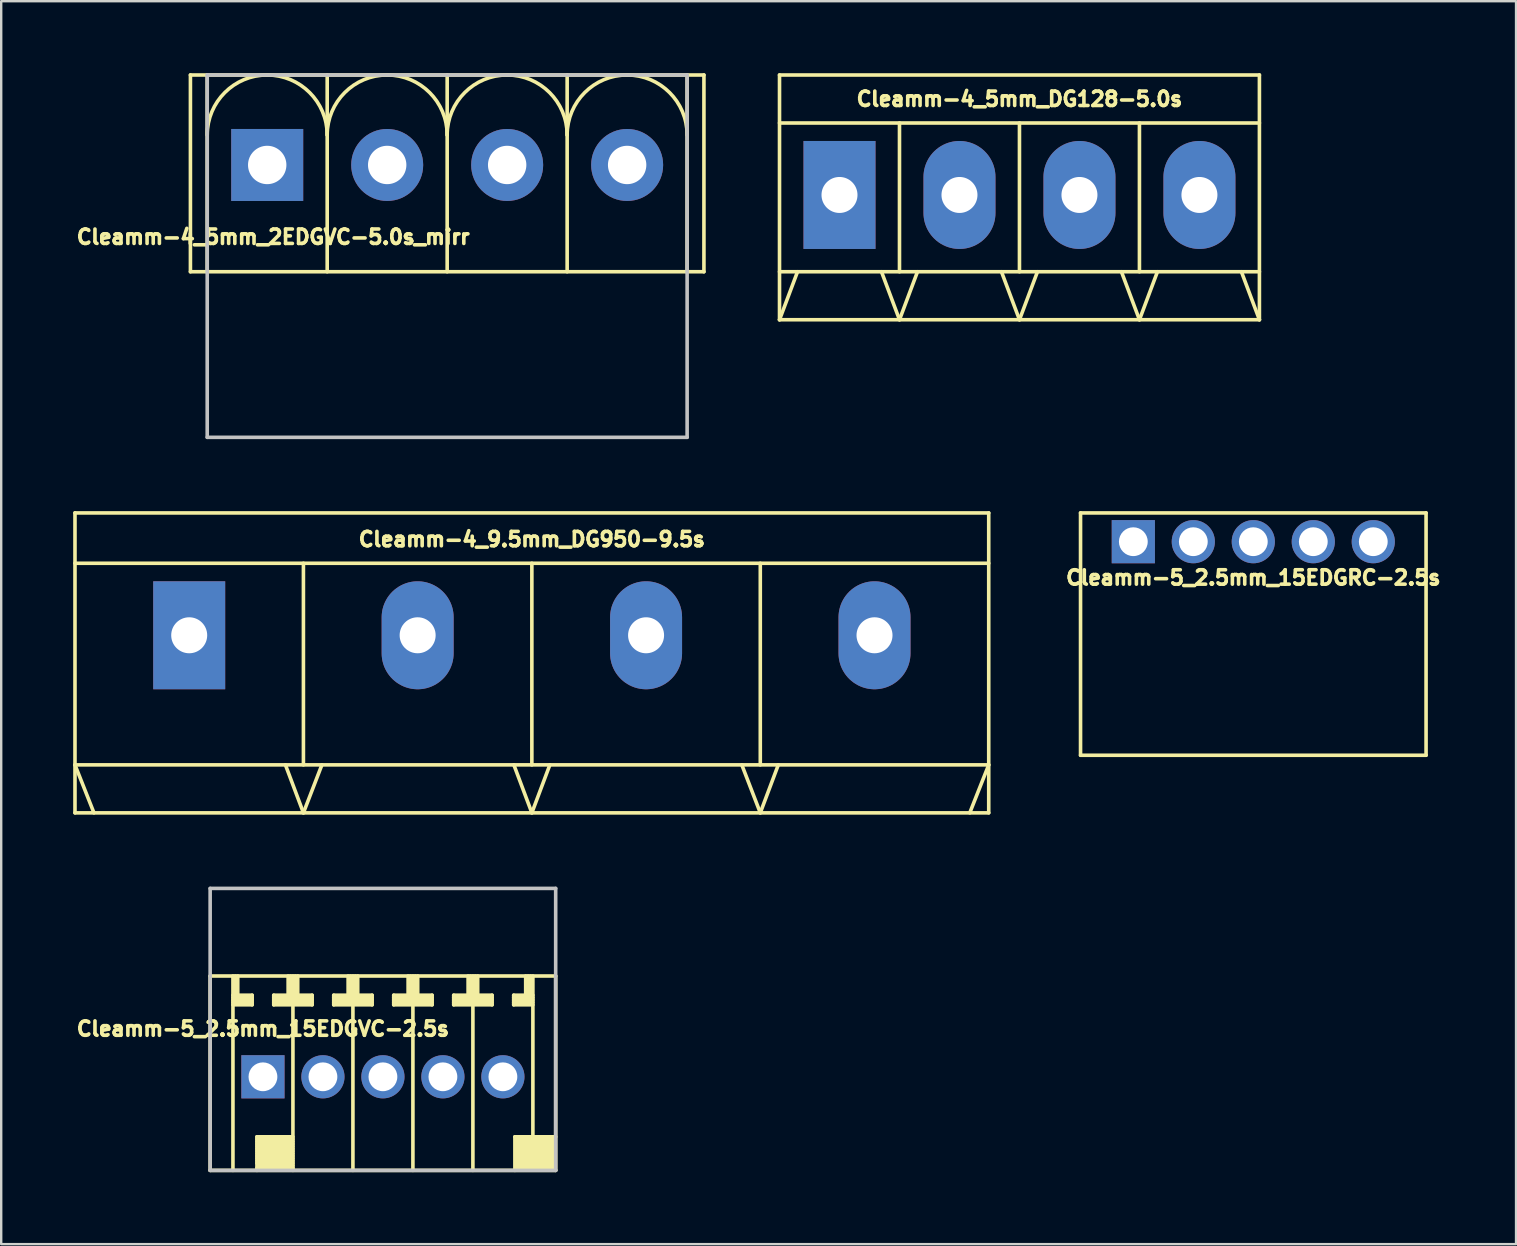
<source format=kicad_pcb>
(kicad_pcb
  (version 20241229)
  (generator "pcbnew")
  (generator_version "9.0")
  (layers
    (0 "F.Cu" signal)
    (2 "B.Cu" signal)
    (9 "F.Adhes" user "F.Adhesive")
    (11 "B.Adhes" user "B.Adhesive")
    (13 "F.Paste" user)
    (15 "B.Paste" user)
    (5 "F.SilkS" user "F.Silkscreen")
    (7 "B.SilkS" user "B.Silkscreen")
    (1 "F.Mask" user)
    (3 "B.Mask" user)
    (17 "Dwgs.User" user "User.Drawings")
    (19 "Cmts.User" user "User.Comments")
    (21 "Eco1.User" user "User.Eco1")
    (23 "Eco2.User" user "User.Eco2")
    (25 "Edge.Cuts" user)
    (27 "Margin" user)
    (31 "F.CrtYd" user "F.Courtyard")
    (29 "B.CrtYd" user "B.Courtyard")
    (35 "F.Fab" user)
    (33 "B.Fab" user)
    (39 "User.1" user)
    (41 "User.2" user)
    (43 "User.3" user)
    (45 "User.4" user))
  (footprint "Cleamm-4_5mm_DG128-5.0s"
    (layer "F.Cu")
    (at 39.436 5.075)
    (property "Reference" "Cleamm-4_5mm_DG128-5.0s" (at 0 -4 0) (layer "F.SilkS") (effects (font (size 0.6 0.6) (thickness 0.15))))
    (attr through_hole)
    (fp_line (start -10 -5) (end -10 5.2) (stroke (width 0.15) (type solid)) (layer "F.SilkS"))
    (fp_line (start -10 -5) (end 10 -5) (stroke (width 0.15) (type solid)) (layer "F.SilkS"))
    (fp_line (start -10 5.2) (end -9.25 3.2) (stroke (width 0.15) (type solid)) (layer "F.SilkS"))
    (fp_line (start -10 5.2) (end 10 5.2) (stroke (width 0.15) (type solid)) (layer "F.SilkS"))
    (fp_line (start -5 3.2) (end -5 -3) (stroke (width 0.15) (type solid)) (layer "F.SilkS"))
    (fp_line (start -5 5.2) (end -5.75 3.2) (stroke (width 0.15) (type solid)) (layer "F.SilkS"))
    (fp_line (start -5 5.2) (end -4.25 3.2) (stroke (width 0.15) (type solid)) (layer "F.SilkS"))
    (fp_line (start 0 3.2) (end 0 -3) (stroke (width 0.15) (type solid)) (layer "F.SilkS"))
    (fp_line (start 0 5.2) (end -0.75 3.2) (stroke (width 0.15) (type solid)) (layer "F.SilkS"))
    (fp_line (start 0 5.2) (end 0.75 3.2) (stroke (width 0.15) (type solid)) (layer "F.SilkS"))
    (fp_line (start 5 3.2) (end 5 -3) (stroke (width 0.15) (type solid)) (layer "F.SilkS"))
    (fp_line (start 5 5.2) (end 4.25 3.2) (stroke (width 0.15) (type solid)) (layer "F.SilkS"))
    (fp_line (start 5 5.2) (end 5.75 3.2) (stroke (width 0.15) (type solid)) (layer "F.SilkS"))
    (fp_line (start 10 -5) (end 10 5.2) (stroke (width 0.15) (type solid)) (layer "F.SilkS"))
    (fp_line (start 10 -3) (end -10 -3) (stroke (width 0.15) (type solid)) (layer "F.SilkS"))
    (fp_line (start 10 3.2) (end -10 3.2) (stroke (width 0.15) (type solid)) (layer "F.SilkS"))
    (fp_line (start 10 5.2) (end 9.25 3.2) (stroke (width 0.15) (type solid)) (layer "F.SilkS"))
    (pad "1" thru_hole rect (at -7.5 0) (size 3 4.5) (drill 1.5) (layers "*.Cu" "*.Mask"))
    (pad "2" thru_hole oval (at -2.5 0) (size 3 4.5) (drill 1.5) (layers "*.Cu" "*.Mask"))
    (pad "3" thru_hole oval (at 2.5 0) (size 3 4.5) (drill 1.5) (layers "*.Cu" "*.Mask"))
    (pad "4" thru_hole oval (at 7.5 0) (size 3 4.5) (drill 1.5) (layers "*.Cu" "*.Mask")))
  (footprint "Cleamm-4_9.5mm_DG950-9.5s"
    (layer "F.Cu")
    (at 19.115 23.425)
    (property "Reference" "Cleamm-4_9.5mm_DG950-9.5s" (at 0 -4 0) (layer "F.SilkS") (effects (font (size 0.6 0.6) (thickness 0.15))))
    (attr through_hole)
    (fp_line (start -19.04 -5.1) (end -19.04 7.4) (stroke (width 0.15) (type solid)) (layer "F.SilkS"))
    (fp_line (start -19.04 -5.1) (end 19.04 -5.1) (stroke (width 0.15) (type solid)) (layer "F.SilkS"))
    (fp_line (start -19.04 7.4) (end 19.04 7.4) (stroke (width 0.15) (type solid)) (layer "F.SilkS"))
    (fp_line (start -18.25 7.4) (end -19.04 5.4) (stroke (width 0.15) (type solid)) (layer "F.SilkS"))
    (fp_line (start -9.52 5.4) (end -9.52 -3) (stroke (width 0.15) (type solid)) (layer "F.SilkS"))
    (fp_line (start -9.52 7.4) (end -10.27 5.4) (stroke (width 0.15) (type solid)) (layer "F.SilkS"))
    (fp_line (start -9.52 7.4) (end -8.75 5.4) (stroke (width 0.15) (type solid)) (layer "F.SilkS"))
    (fp_line (start 0 5.4) (end 0 -3) (stroke (width 0.15) (type solid)) (layer "F.SilkS"))
    (fp_line (start 0 7.4) (end -0.75 5.4) (stroke (width 0.15) (type solid)) (layer "F.SilkS"))
    (fp_line (start 0 7.4) (end 0.75 5.4) (stroke (width 0.15) (type solid)) (layer "F.SilkS"))
    (fp_line (start 9.52 5.4) (end 9.52 -3) (stroke (width 0.15) (type solid)) (layer "F.SilkS"))
    (fp_line (start 9.52 7.4) (end 8.75 5.4) (stroke (width 0.15) (type solid)) (layer "F.SilkS"))
    (fp_line (start 9.52 7.4) (end 10.27 5.4) (stroke (width 0.15) (type solid)) (layer "F.SilkS"))
    (fp_line (start 18.25 7.4) (end 19.04 5.4) (stroke (width 0.15) (type solid)) (layer "F.SilkS"))
    (fp_line (start 19.04 -5.1) (end 19.04 7.4) (stroke (width 0.15) (type solid)) (layer "F.SilkS"))
    (fp_line (start 19.04 -3) (end -19.04 -3) (stroke (width 0.15) (type solid)) (layer "F.SilkS"))
    (fp_line (start 19.04 5.4) (end -19.04 5.4) (stroke (width 0.15) (type solid)) (layer "F.SilkS"))
    (pad "1" thru_hole rect (at -14.28 0) (size 3 4.5) (drill 1.5) (layers "*.Cu" "*.Mask"))
    (pad "2" thru_hole oval (at -4.76 0) (size 3 4.5) (drill 1.5) (layers "*.Cu" "*.Mask"))
    (pad "3" thru_hole oval (at 4.76 0) (size 3 4.5) (drill 1.5) (layers "*.Cu" "*.Mask"))
    (pad "4" thru_hole oval (at 14.28 0) (size 3 4.5) (drill 1.5) (layers "*.Cu" "*.Mask")))
  (footprint "Cleamm-4_5mm_2EDGVC-5.0s_mirr"
    (layer "F.Cu")
    (at 15.586 3.825)
    (property "Reference" "Cleamm-4_5mm_2EDGVC-5.0s_mirr" (at -7.25 3 0) (layer "F.SilkS") (effects (font (size 0.6 0.6) (thickness 0.15))))
    (attr through_hole)
    (fp_line (start -10.7 -3.75) (end -10.7 4.45) (stroke (width 0.15) (type solid)) (layer "F.SilkS"))
    (fp_line (start -10 -3.75) (end -10 4.45) (stroke (width 0.15) (type solid)) (layer "F.SilkS"))
    (fp_line (start -5 -3.75) (end -5 4.45) (stroke (width 0.15) (type solid)) (layer "F.SilkS"))
    (fp_line (start 0 4.45) (end 0 -3.75) (stroke (width 0.15) (type solid)) (layer "F.SilkS"))
    (fp_line (start 5 -3.75) (end 5 4.45) (stroke (width 0.15) (type solid)) (layer "F.SilkS"))
    (fp_line (start 10 4.45) (end 10 -3.75) (stroke (width 0.15) (type solid)) (layer "F.SilkS"))
    (fp_line (start 10.7 -3.75) (end -10.7 -3.75) (stroke (width 0.15) (type solid)) (layer "F.SilkS"))
    (fp_line (start 10.7 -3.75) (end 10.7 4.45) (stroke (width 0.15) (type solid)) (layer "F.SilkS"))
    (fp_line (start 10.7 4.45) (end -10.7 4.45) (stroke (width 0.15) (type solid)) (layer "F.SilkS"))
    (fp_arc (start -10 -1.25) (mid -7.5 -3.75) (end -5 -1.25) (stroke (width 0.15) (type solid)) (layer "F.SilkS"))
    (fp_arc (start -5 -1.25) (mid -2.5 -3.75) (end 0 -1.25) (stroke (width 0.15) (type solid)) (layer "F.SilkS"))
    (fp_arc (start 0 -1.25) (mid 2.5 -3.75) (end 5 -1.25) (stroke (width 0.15) (type solid)) (layer "F.SilkS"))
    (fp_arc (start 5 -1.25) (mid 7.5 -3.75) (end 10 -1.25) (stroke (width 0.15) (type solid)) (layer "F.SilkS"))
    (fp_line (start -10 -3.75) (end -10 11.35) (stroke (width 0.15) (type solid)) (layer "Dwgs.User"))
    (fp_line (start -10 -3.75) (end 10 -3.75) (stroke (width 0.15) (type solid)) (layer "Dwgs.User"))
    (fp_line (start 10 11.35) (end -10 11.35) (stroke (width 0.15) (type solid)) (layer "Dwgs.User"))
    (fp_line (start 10 11.35) (end 10 -3.75) (stroke (width 0.15) (type solid)) (layer "Dwgs.User"))
    (pad "1" thru_hole rect (at -7.5 0) (size 3 3) (drill 1.6) (layers "*.Cu" "*.Mask"))
    (pad "2" thru_hole circle (at -2.5 0) (size 3 3) (drill 1.6) (layers "*.Cu" "*.Mask"))
    (pad "3" thru_hole circle (at 2.5 0) (size 3 3) (drill 1.6) (layers "*.Cu" "*.Mask"))
    (pad "4" thru_hole circle (at 7.5 0) (size 3 3) (drill 1.6) (layers "*.Cu" "*.Mask")))
  (footprint "Cleamm-5_2.5mm_15EDGRC-2.5s"
    (layer "F.Cu")
    (at 49.181 19.525)
    (property "Reference" "Cleamm-5_2.5mm_15EDGRC-2.5s" (at 0 1.5 0) (layer "F.SilkS") (effects (font (size 0.6 0.6) (thickness 0.15))))
    (attr through_hole)
    (fp_line (start -7.2 -1.2) (end -7.2 8.9) (stroke (width 0.15) (type solid)) (layer "F.SilkS"))
    (fp_line (start 7.2 -1.2) (end -7.2 -1.2) (stroke (width 0.15) (type solid)) (layer "F.SilkS"))
    (fp_line (start 7.2 -1.2) (end 7.2 8.9) (stroke (width 0.15) (type solid)) (layer "F.SilkS"))
    (fp_line (start 7.2 8.9) (end -7.2 8.9) (stroke (width 0.15) (type solid)) (layer "F.SilkS"))
    (pad "1" thru_hole rect (at -5 0) (size 1.8 1.8) (drill 1.2) (layers "*.Cu" "*.Mask"))
    (pad "2" thru_hole circle (at -2.5 0) (size 1.8 1.8) (drill 1.2) (layers "*.Cu" "*.Mask"))
    (pad "3" thru_hole circle (at 0 0) (size 1.8 1.8) (drill 1.2) (layers "*.Cu" "*.Mask"))
    (pad "4" thru_hole circle (at 2.5 0) (size 1.8 1.8) (drill 1.2) (layers "*.Cu" "*.Mask"))
    (pad "5" thru_hole circle (at 5 0) (size 1.8 1.8) (drill 1.2) (layers "*.Cu" "*.Mask")))
  (footprint "Cleamm-5_2.5mm_15EDGVC-2.5s"
    (layer "F.Cu")
    (at 12.908 41.825)
    (property "Reference" "Cleamm-5_2.5mm_15EDGVC-2.5s" (at -5 -2 0) (layer "F.SilkS") (effects (font (size 0.6 0.6) (thickness 0.15))))
    (attr through_hole)
    (fp_line (start -7.2 -4.2) (end 7.2 -4.2) (stroke (width 0.15) (type solid)) (layer "F.SilkS"))
    (fp_line (start -7.2 3.9) (end -7.2 -4.2) (stroke (width 0.15) (type solid)) (layer "F.SilkS"))
    (fp_line (start -6.25 -4.2) (end -6.25 3.9) (stroke (width 0.15) (type solid)) (layer "F.SilkS"))
    (fp_line (start -6.25 -3.4) (end -5.45 -3.4) (stroke (width 0.15) (type solid)) (layer "F.SilkS"))
    (fp_line (start -6.25 -3.3) (end -5.45 -3.3) (stroke (width 0.15) (type solid)) (layer "F.SilkS"))
    (fp_line (start -6.25 -3.2) (end -5.45 -3.2) (stroke (width 0.15) (type solid)) (layer "F.SilkS"))
    (fp_line (start -6.15 -4.2) (end -6.15 -3.4) (stroke (width 0.15) (type solid)) (layer "F.SilkS"))
    (fp_line (start -6.05 -4.2) (end -6.05 -3.4) (stroke (width 0.15) (type solid)) (layer "F.SilkS"))
    (fp_line (start -5.45 -3.4) (end -5.45 -3) (stroke (width 0.15) (type solid)) (layer "F.SilkS"))
    (fp_line (start -5.45 -3.1) (end -6.25 -3.1) (stroke (width 0.15) (type solid)) (layer "F.SilkS"))
    (fp_line (start -5.45 -3) (end -6.25 -3) (stroke (width 0.15) (type solid)) (layer "F.SilkS"))
    (fp_line (start -5.25 2.5) (end -5.25 3.9) (stroke (width 0.15) (type solid)) (layer "F.SilkS"))
    (fp_line (start -5.25 2.5) (end -3.75 2.5) (stroke (width 0.15) (type solid)) (layer "F.SilkS"))
    (fp_line (start -5.25 2.7) (end -3.75 2.7) (stroke (width 0.15) (type solid)) (layer "F.SilkS"))
    (fp_line (start -5.25 2.9) (end -3.75 2.9) (stroke (width 0.15) (type solid)) (layer "F.SilkS"))
    (fp_line (start -5.25 3.1) (end -3.75 3.1) (stroke (width 0.15) (type solid)) (layer "F.SilkS"))
    (fp_line (start -5.25 3.3) (end -3.75 3.3) (stroke (width 0.15) (type solid)) (layer "F.SilkS"))
    (fp_line (start -5.25 3.5) (end -3.75 3.5) (stroke (width 0.15) (type solid)) (layer "F.SilkS"))
    (fp_line (start -5.25 3.8) (end -3.75 3.8) (stroke (width 0.15) (type solid)) (layer "F.SilkS"))
    (fp_line (start -5.15 3.7) (end -3.75 3.7) (stroke (width 0.15) (type solid)) (layer "F.SilkS"))
    (fp_line (start -4.55 -3.4) (end -4.55 -3) (stroke (width 0.15) (type solid)) (layer "F.SilkS"))
    (fp_line (start -4.55 -3.3) (end -2.95 -3.3) (stroke (width 0.15) (type solid)) (layer "F.SilkS"))
    (fp_line (start -4.55 -3.1) (end -2.95 -3.1) (stroke (width 0.15) (type solid)) (layer "F.SilkS"))
    (fp_line (start -4.55 -3) (end -2.95 -3) (stroke (width 0.15) (type solid)) (layer "F.SilkS"))
    (fp_line (start -3.95 -4.2) (end -3.95 -3.4) (stroke (width 0.15) (type solid)) (layer "F.SilkS"))
    (fp_line (start -3.95 -3.4) (end -4.55 -3.4) (stroke (width 0.15) (type solid)) (layer "F.SilkS"))
    (fp_line (start -3.85 -4.2) (end -3.85 -3.4) (stroke (width 0.15) (type solid)) (layer "F.SilkS"))
    (fp_line (start -3.75 -4.2) (end -3.75 3.9) (stroke (width 0.15) (type solid)) (layer "F.SilkS"))
    (fp_line (start -3.75 2.6) (end -5.25 2.6) (stroke (width 0.15) (type solid)) (layer "F.SilkS"))
    (fp_line (start -3.75 2.8) (end -5.25 2.8) (stroke (width 0.15) (type solid)) (layer "F.SilkS"))
    (fp_line (start -3.75 3) (end -5.25 3) (stroke (width 0.15) (type solid)) (layer "F.SilkS"))
    (fp_line (start -3.75 3.2) (end -5.25 3.2) (stroke (width 0.15) (type solid)) (layer "F.SilkS"))
    (fp_line (start -3.75 3.4) (end -5.25 3.4) (stroke (width 0.15) (type solid)) (layer "F.SilkS"))
    (fp_line (start -3.75 3.6) (end -5.25 3.6) (stroke (width 0.15) (type solid)) (layer "F.SilkS"))
    (fp_line (start -3.65 -4.2) (end -3.65 -3.4) (stroke (width 0.15) (type solid)) (layer "F.SilkS"))
    (fp_line (start -3.55 -4.2) (end -3.55 -3.4) (stroke (width 0.15) (type solid)) (layer "F.SilkS"))
    (fp_line (start -2.95 -3.4) (end -3.55 -3.4) (stroke (width 0.15) (type solid)) (layer "F.SilkS"))
    (fp_line (start -2.95 -3.2) (end -4.55 -3.2) (stroke (width 0.15) (type solid)) (layer "F.SilkS"))
    (fp_line (start -2.95 -3) (end -2.95 -3.4) (stroke (width 0.15) (type solid)) (layer "F.SilkS"))
    (fp_line (start -2.05 -3.4) (end -2.05 -3) (stroke (width 0.15) (type solid)) (layer "F.SilkS"))
    (fp_line (start -2.05 -3.3) (end -0.45 -3.3) (stroke (width 0.15) (type solid)) (layer "F.SilkS"))
    (fp_line (start -2.05 -3.1) (end -0.45 -3.1) (stroke (width 0.15) (type solid)) (layer "F.SilkS"))
    (fp_line (start -2.05 -3) (end -0.45 -3) (stroke (width 0.15) (type solid)) (layer "F.SilkS"))
    (fp_line (start -1.45 -4.2) (end -1.45 -3.4) (stroke (width 0.15) (type solid)) (layer "F.SilkS"))
    (fp_line (start -1.45 -3.4) (end -2.05 -3.4) (stroke (width 0.15) (type solid)) (layer "F.SilkS"))
    (fp_line (start -1.35 -4.2) (end -1.35 -3.4) (stroke (width 0.15) (type solid)) (layer "F.SilkS"))
    (fp_line (start -1.25 -4.2) (end -1.25 3.9) (stroke (width 0.15) (type solid)) (layer "F.SilkS"))
    (fp_line (start -1.15 -4.2) (end -1.15 -3.4) (stroke (width 0.15) (type solid)) (layer "F.SilkS"))
    (fp_line (start -1.05 -4.2) (end -1.05 -3.4) (stroke (width 0.15) (type solid)) (layer "F.SilkS"))
    (fp_line (start -0.45 -3.4) (end -1.05 -3.4) (stroke (width 0.15) (type solid)) (layer "F.SilkS"))
    (fp_line (start -0.45 -3.2) (end -2.05 -3.2) (stroke (width 0.15) (type solid)) (layer "F.SilkS"))
    (fp_line (start -0.45 -3) (end -0.45 -3.4) (stroke (width 0.15) (type solid)) (layer "F.SilkS"))
    (fp_line (start 0.45 -3.4) (end 0.45 -3) (stroke (width 0.15) (type solid)) (layer "F.SilkS"))
    (fp_line (start 0.45 -3.3) (end 2.05 -3.3) (stroke (width 0.15) (type solid)) (layer "F.SilkS"))
    (fp_line (start 0.45 -3.1) (end 2.05 -3.1) (stroke (width 0.15) (type solid)) (layer "F.SilkS"))
    (fp_line (start 0.45 -3) (end 2.05 -3) (stroke (width 0.15) (type solid)) (layer "F.SilkS"))
    (fp_line (start 1.05 -4.2) (end 1.05 -3.4) (stroke (width 0.15) (type solid)) (layer "F.SilkS"))
    (fp_line (start 1.05 -3.4) (end 0.45 -3.4) (stroke (width 0.15) (type solid)) (layer "F.SilkS"))
    (fp_line (start 1.15 -4.2) (end 1.15 -3.4) (stroke (width 0.15) (type solid)) (layer "F.SilkS"))
    (fp_line (start 1.25 3.9) (end 1.25 -4.2) (stroke (width 0.15) (type solid)) (layer "F.SilkS"))
    (fp_line (start 1.35 -4.2) (end 1.35 -3.4) (stroke (width 0.15) (type solid)) (layer "F.SilkS"))
    (fp_line (start 1.45 -4.2) (end 1.45 -3.4) (stroke (width 0.15) (type solid)) (layer "F.SilkS"))
    (fp_line (start 2.05 -3.4) (end 1.45 -3.4) (stroke (width 0.15) (type solid)) (layer "F.SilkS"))
    (fp_line (start 2.05 -3.2) (end 0.45 -3.2) (stroke (width 0.15) (type solid)) (layer "F.SilkS"))
    (fp_line (start 2.05 -3) (end 2.05 -3.4) (stroke (width 0.15) (type solid)) (layer "F.SilkS"))
    (fp_line (start 2.95 -3.4) (end 2.95 -3) (stroke (width 0.15) (type solid)) (layer "F.SilkS"))
    (fp_line (start 2.95 -3.3) (end 4.55 -3.3) (stroke (width 0.15) (type solid)) (layer "F.SilkS"))
    (fp_line (start 2.95 -3.1) (end 4.55 -3.1) (stroke (width 0.15) (type solid)) (layer "F.SilkS"))
    (fp_line (start 2.95 -3) (end 4.55 -3) (stroke (width 0.15) (type solid)) (layer "F.SilkS"))
    (fp_line (start 3.55 -4.2) (end 3.55 -3.4) (stroke (width 0.15) (type solid)) (layer "F.SilkS"))
    (fp_line (start 3.55 -3.4) (end 2.95 -3.4) (stroke (width 0.15) (type solid)) (layer "F.SilkS"))
    (fp_line (start 3.65 -4.2) (end 3.65 -3.4) (stroke (width 0.15) (type solid)) (layer "F.SilkS"))
    (fp_line (start 3.75 3.9) (end 3.75 -4.2) (stroke (width 0.15) (type solid)) (layer "F.SilkS"))
    (fp_line (start 3.85 -4.2) (end 3.85 -3.4) (stroke (width 0.15) (type solid)) (layer "F.SilkS"))
    (fp_line (start 3.95 -4.2) (end 3.95 -3.4) (stroke (width 0.15) (type solid)) (layer "F.SilkS"))
    (fp_line (start 4.55 -3.4) (end 3.95 -3.4) (stroke (width 0.15) (type solid)) (layer "F.SilkS"))
    (fp_line (start 4.55 -3.2) (end 2.95 -3.2) (stroke (width 0.15) (type solid)) (layer "F.SilkS"))
    (fp_line (start 4.55 -3) (end 4.55 -3.4) (stroke (width 0.15) (type solid)) (layer "F.SilkS"))
    (fp_line (start 5.45 -3.4) (end 5.45 -3) (stroke (width 0.15) (type solid)) (layer "F.SilkS"))
    (fp_line (start 5.45 -3.1) (end 6.25 -3.1) (stroke (width 0.15) (type solid)) (layer "F.SilkS"))
    (fp_line (start 5.45 -3) (end 6.25 -3) (stroke (width 0.15) (type solid)) (layer "F.SilkS"))
    (fp_line (start 5.5 2.5) (end 5.5 3.9) (stroke (width 0.15) (type solid)) (layer "F.SilkS"))
    (fp_line (start 5.55 2.6) (end 7.15 2.6) (stroke (width 0.15) (type solid)) (layer "F.SilkS"))
    (fp_line (start 5.55 2.8) (end 7.15 2.8) (stroke (width 0.15) (type solid)) (layer "F.SilkS"))
    (fp_line (start 5.55 3) (end 7.15 3) (stroke (width 0.15) (type solid)) (layer "F.SilkS"))
    (fp_line (start 5.55 3.2) (end 7.15 3.2) (stroke (width 0.15) (type solid)) (layer "F.SilkS"))
    (fp_line (start 5.55 3.4) (end 7.15 3.4) (stroke (width 0.15) (type solid)) (layer "F.SilkS"))
    (fp_line (start 5.55 3.6) (end 7.15 3.6) (stroke (width 0.15) (type solid)) (layer "F.SilkS"))
    (fp_line (start 5.55 3.8) (end 7.15 3.8) (stroke (width 0.15) (type solid)) (layer "F.SilkS"))
    (fp_line (start 5.95 -4.2) (end 5.95 -3.4) (stroke (width 0.15) (type solid)) (layer "F.SilkS"))
    (fp_line (start 6.05 -3.4) (end 6.05 -4.2) (stroke (width 0.15) (type solid)) (layer "F.SilkS"))
    (fp_line (start 6.15 -4.2) (end 6.15 -3.4) (stroke (width 0.15) (type solid)) (layer "F.SilkS"))
    (fp_line (start 6.25 -3.4) (end 5.45 -3.4) (stroke (width 0.15) (type solid)) (layer "F.SilkS"))
    (fp_line (start 6.25 -3.3) (end 5.45 -3.3) (stroke (width 0.15) (type solid)) (layer "F.SilkS"))
    (fp_line (start 6.25 -3.2) (end 5.45 -3.2) (stroke (width 0.15) (type solid)) (layer "F.SilkS"))
    (fp_line (start 6.25 2.5) (end 6.25 -4.2) (stroke (width 0.15) (type solid)) (layer "F.SilkS"))
    (fp_line (start 7.15 2.7) (end 5.55 2.7) (stroke (width 0.15) (type solid)) (layer "F.SilkS"))
    (fp_line (start 7.15 2.9) (end 5.55 2.9) (stroke (width 0.15) (type solid)) (layer "F.SilkS"))
    (fp_line (start 7.15 3.1) (end 5.55 3.1) (stroke (width 0.15) (type solid)) (layer "F.SilkS"))
    (fp_line (start 7.15 3.3) (end 5.55 3.3) (stroke (width 0.15) (type solid)) (layer "F.SilkS"))
    (fp_line (start 7.15 3.5) (end 5.55 3.5) (stroke (width 0.15) (type solid)) (layer "F.SilkS"))
    (fp_line (start 7.15 3.7) (end 5.55 3.7) (stroke (width 0.15) (type solid)) (layer "F.SilkS"))
    (fp_line (start 7.2 2.5) (end 5.5 2.5) (stroke (width 0.15) (type solid)) (layer "F.SilkS"))
    (fp_line (start 7.2 3.9) (end -7.2 3.9) (stroke (width 0.15) (type solid)) (layer "F.SilkS"))
    (fp_line (start 7.2 3.9) (end 7.2 -4.2) (stroke (width 0.15) (type solid)) (layer "F.SilkS"))
    (fp_line (start -7.2 -7.85) (end -7.2 3.9) (stroke (width 0.15) (type solid)) (layer "Dwgs.User"))
    (fp_line (start -7.2 -7.85) (end 7.2 -7.85) (stroke (width 0.15) (type solid)) (layer "Dwgs.User"))
    (fp_line (start 7.2 3.9) (end -7.2 3.9) (stroke (width 0.15) (type solid)) (layer "Dwgs.User"))
    (fp_line (start 7.2 3.9) (end 7.2 -7.85) (stroke (width 0.15) (type solid)) (layer "Dwgs.User"))
    (pad "1" thru_hole rect (at -5 0) (size 1.8 1.8) (drill 1.2) (layers "*.Cu" "*.Mask"))
    (pad "2" thru_hole circle (at -2.5 0) (size 1.8 1.8) (drill 1.2) (layers "*.Cu" "*.Mask"))
    (pad "3" thru_hole circle (at 0 0) (size 1.8 1.8) (drill 1.2) (layers "*.Cu" "*.Mask"))
    (pad "4" thru_hole circle (at 2.5 0) (size 1.8 1.8) (drill 1.2) (layers "*.Cu" "*.Mask"))
    (pad "5" thru_hole circle (at 5 0) (size 1.8 1.8) (drill 1.2) (layers "*.Cu" "*.Mask")))
  (gr_rect
    (start -3 -3)
    (end 60.131 48.8)
    (stroke (width 0.1) (type default))
    (fill no)
    (layer "Edge.Cuts")))
</source>
